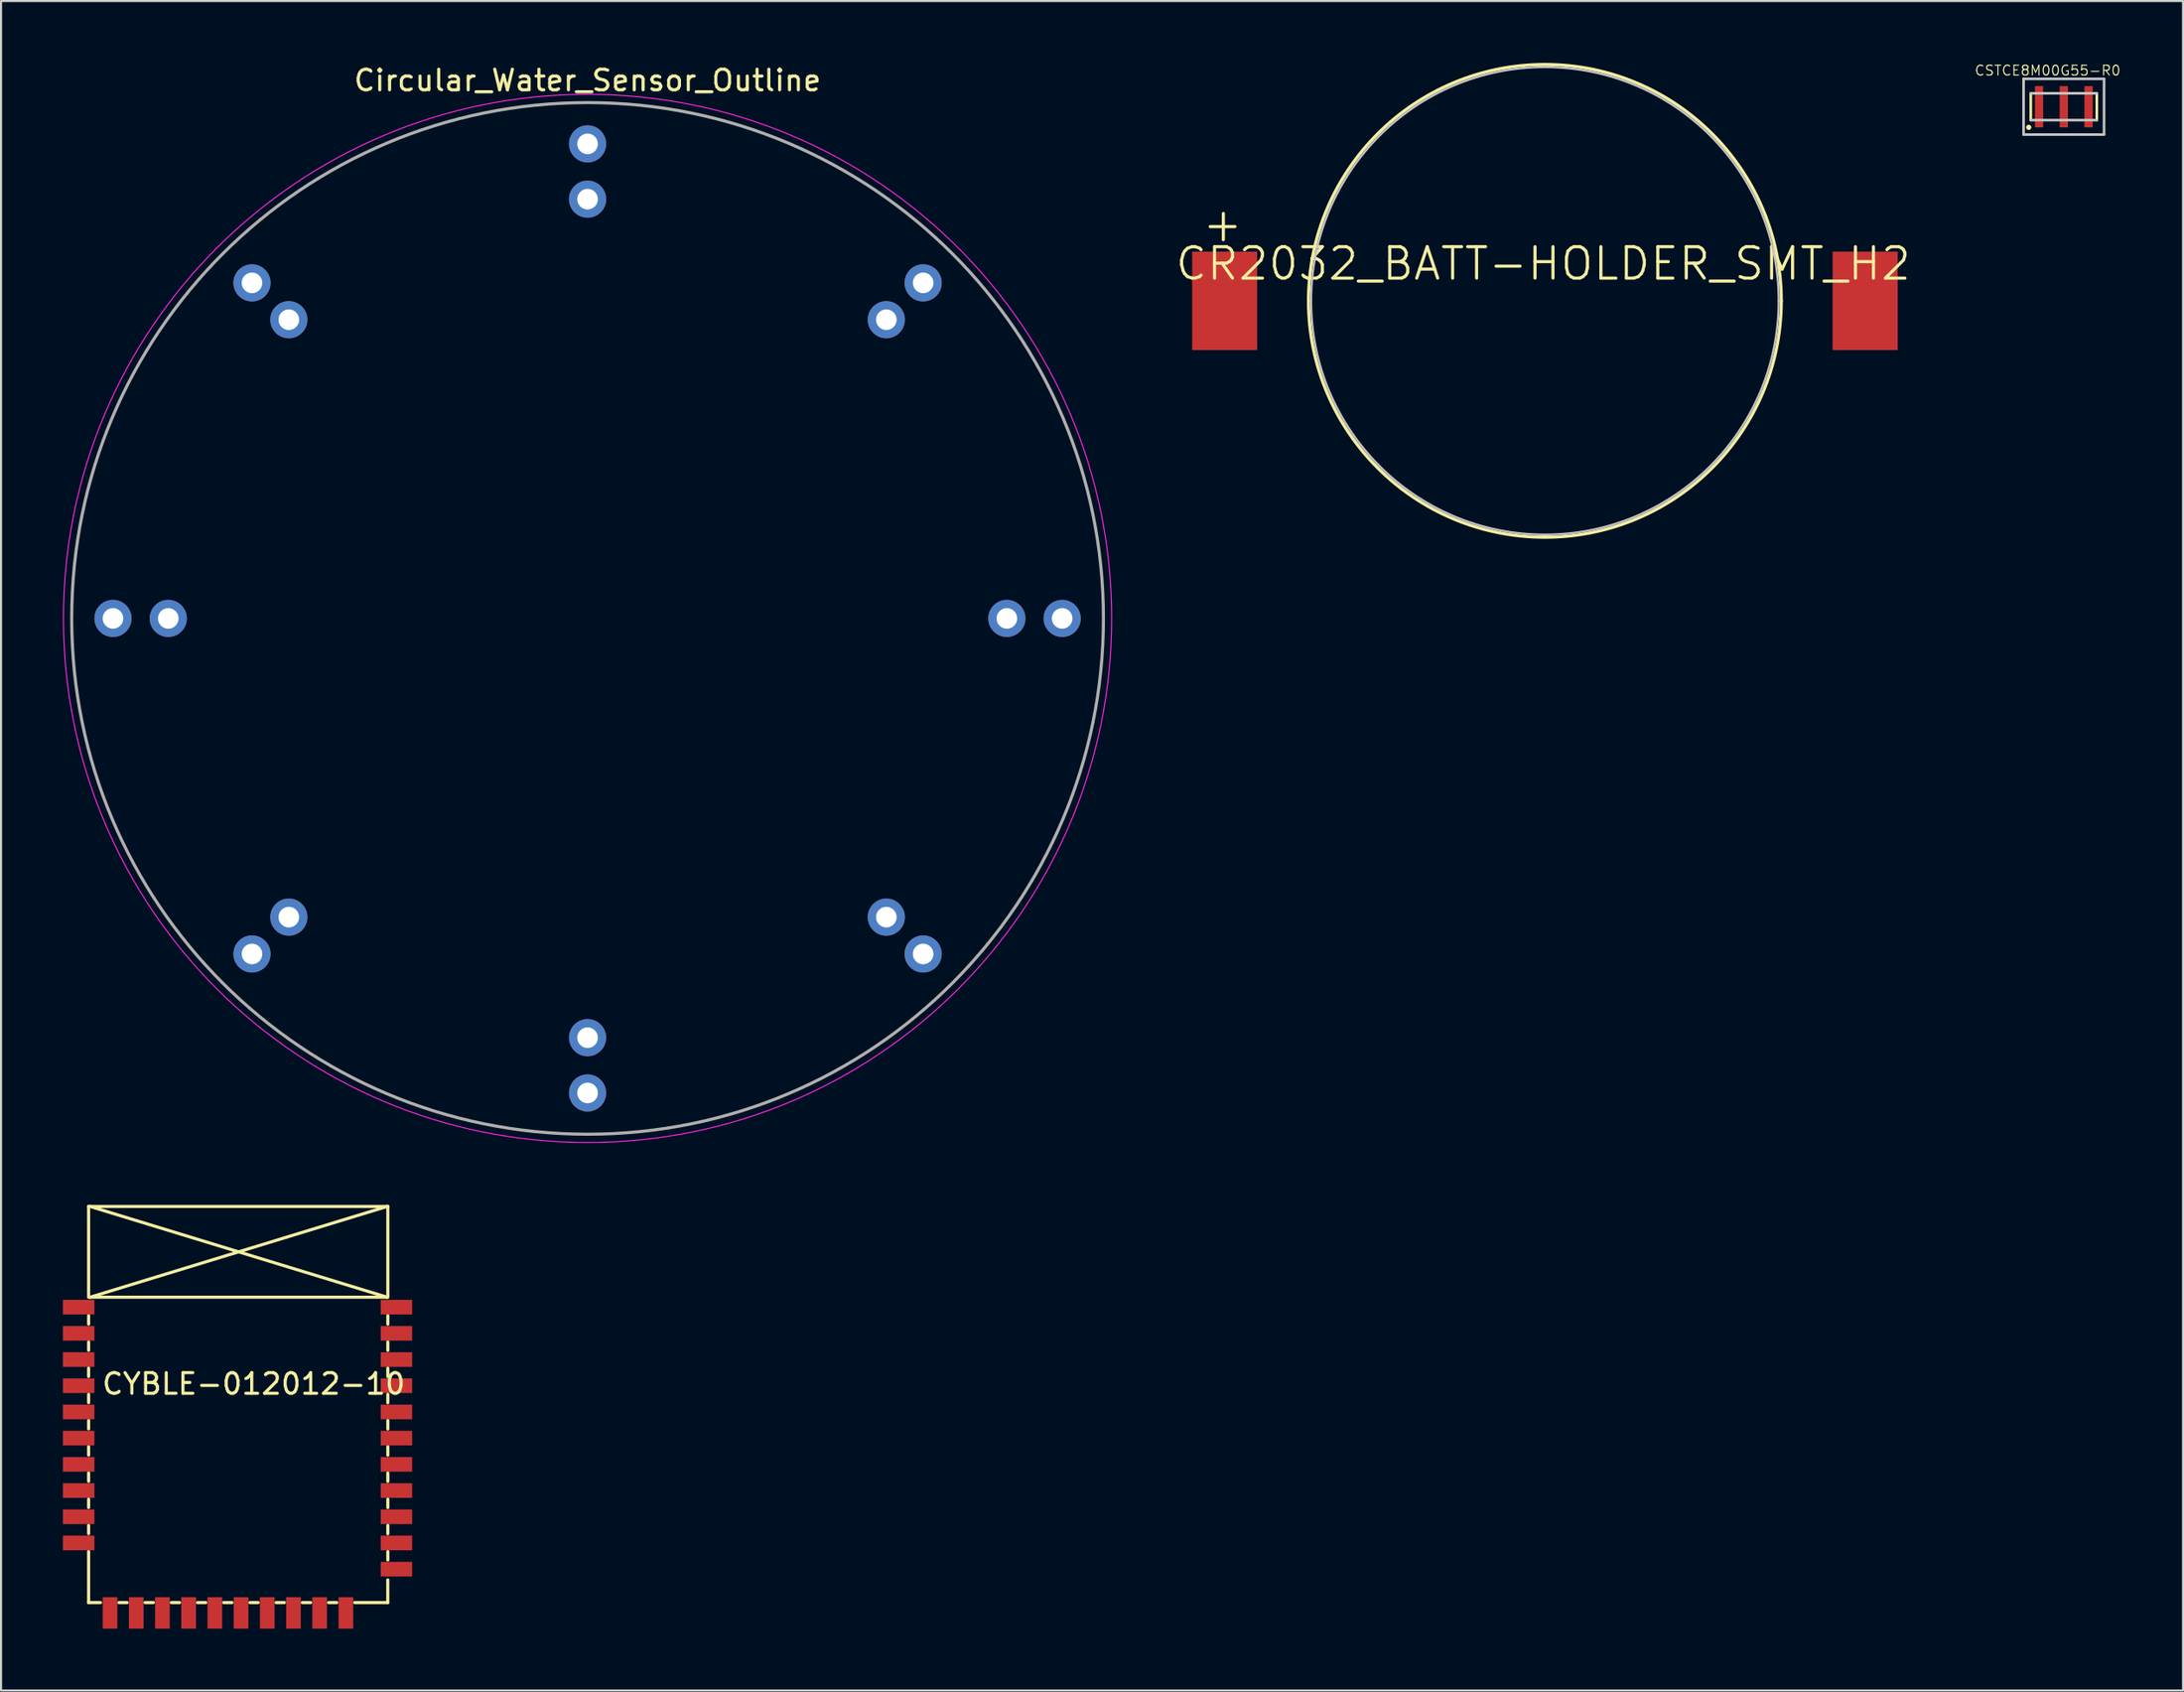
<source format=kicad_pcb>
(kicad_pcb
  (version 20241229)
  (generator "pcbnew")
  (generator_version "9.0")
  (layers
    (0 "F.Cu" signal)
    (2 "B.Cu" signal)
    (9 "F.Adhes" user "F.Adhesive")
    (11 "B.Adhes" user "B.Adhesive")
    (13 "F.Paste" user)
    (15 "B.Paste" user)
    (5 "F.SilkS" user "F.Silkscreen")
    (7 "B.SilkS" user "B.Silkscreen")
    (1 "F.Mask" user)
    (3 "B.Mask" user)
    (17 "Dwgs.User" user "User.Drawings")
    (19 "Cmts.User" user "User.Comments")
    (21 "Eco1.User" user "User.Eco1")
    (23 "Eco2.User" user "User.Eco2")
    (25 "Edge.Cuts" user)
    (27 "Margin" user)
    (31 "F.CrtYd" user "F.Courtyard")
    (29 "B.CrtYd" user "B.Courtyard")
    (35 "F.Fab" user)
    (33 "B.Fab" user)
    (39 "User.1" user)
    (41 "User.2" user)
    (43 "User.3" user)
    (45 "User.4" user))
  (footprint "Circular_Water_Sensor_Outline"
    (layer "F.Cu")
    (at 25.425 26.923)
    (property "Reference" "Circular_Water_Sensor_Outline" (at 0 -26.075 0) (layer "F.SilkS") (effects (font (size 1 1) (thickness 0.15))))
    (attr through_hole)
    (fp_circle (center 0 0) (end 0 25.4) (stroke (width 0.05) (type solid)) (fill no) (layer "F.CrtYd"))
    (fp_circle (center 0 0) (end 0 25) (stroke (width 0.15) (type solid)) (fill no) (layer "F.Fab"))
    (pad "1" thru_hole oval (at -23 0) (size 1.8 1.8) (drill 1) (layers "*.Cu" "*.Mask"))
    (pad "1" thru_hole oval (at -16.263 -16.263) (size 1.8 1.8) (drill 1) (layers "*.Cu" "*.Mask"))
    (pad "1" thru_hole oval (at -16.263 16.263) (size 1.8 1.8) (drill 1) (layers "*.Cu" "*.Mask"))
    (pad "1" thru_hole oval (at 0 -23) (size 1.8 1.8) (drill 1) (layers "*.Cu" "*.Mask"))
    (pad "1" thru_hole oval (at 0 23) (size 1.8 1.8) (drill 1) (layers "*.Cu" "*.Mask"))
    (pad "1" thru_hole oval (at 16.263 -16.263) (size 1.8 1.8) (drill 1) (layers "*.Cu" "*.Mask"))
    (pad "1" thru_hole oval (at 16.263 16.263) (size 1.8 1.8) (drill 1) (layers "*.Cu" "*.Mask"))
    (pad "1" thru_hole oval (at 23 0) (size 1.8 1.8) (drill 1) (layers "*.Cu" "*.Mask"))
    (pad "2" thru_hole oval (at -20.32 0) (size 1.8 1.8) (drill 1) (layers "*.Cu" "*.Mask"))
    (pad "2" thru_hole oval (at -14.478 -14.478) (size 1.8 1.8) (drill 1) (layers "*.Cu" "*.Mask"))
    (pad "2" thru_hole oval (at -14.478 14.478) (size 1.8 1.8) (drill 1) (layers "*.Cu" "*.Mask"))
    (pad "2" thru_hole oval (at 0 -20.32) (size 1.8 1.8) (drill 1) (layers "*.Cu" "*.Mask"))
    (pad "2" thru_hole oval (at 0 20.32) (size 1.8 1.8) (drill 1) (layers "*.Cu" "*.Mask"))
    (pad "2" thru_hole oval (at 14.478 -14.478) (size 1.8 1.8) (drill 1) (layers "*.Cu" "*.Mask"))
    (pad "2" thru_hole oval (at 14.478 14.478) (size 1.8 1.8) (drill 1) (layers "*.Cu" "*.Mask"))
    (pad "2" thru_hole oval (at 20.32 0) (size 1.8 1.8) (drill 1) (layers "*.Cu" "*.Mask")))
  (footprint "CYBLE-012012-10"
    (layer "F.Cu")
    (at 8.912 65.023)
    (property "Reference" "CYBLE-012012-10" (at 0.333 -1 0) (layer "F.SilkS") (effects (font (size 1 1) (thickness 0.15))))
    (attr through_hole)
    (fp_line (start -7.667 -5.2) (end -7.667 -9.6) (stroke (width 0.15) (type solid)) (layer "F.SilkS"))
    (fp_line (start -7.667 -3.899) (end -7.667 -4.3) (stroke (width 0.15) (type solid)) (layer "F.SilkS"))
    (fp_line (start -7.667 -2.629) (end -7.667 -3.03) (stroke (width 0.15) (type solid)) (layer "F.SilkS"))
    (fp_line (start -7.667 -1.359) (end -7.667 -1.76) (stroke (width 0.15) (type solid)) (layer "F.SilkS"))
    (fp_line (start -7.667 -0.089) (end -7.667 -0.49) (stroke (width 0.15) (type solid)) (layer "F.SilkS"))
    (fp_line (start -7.667 1.181) (end -7.667 0.78) (stroke (width 0.15) (type solid)) (layer "F.SilkS"))
    (fp_line (start -7.667 2.451) (end -7.667 2.05) (stroke (width 0.15) (type solid)) (layer "F.SilkS"))
    (fp_line (start -7.667 3.721) (end -7.667 3.32) (stroke (width 0.15) (type solid)) (layer "F.SilkS"))
    (fp_line (start -7.667 4.991) (end -7.667 4.59) (stroke (width 0.15) (type solid)) (layer "F.SilkS"))
    (fp_line (start -7.667 6.261) (end -7.667 5.86) (stroke (width 0.15) (type solid)) (layer "F.SilkS"))
    (fp_line (start -7.667 9.601) (end -7.667 7.13) (stroke (width 0.15) (type solid)) (layer "F.SilkS"))
    (fp_line (start -7.6 -5.2) (end 6.8 -9.6) (stroke (width 0.15) (type solid)) (layer "F.SilkS"))
    (fp_line (start -7.091 9.6) (end -7.667 9.6) (stroke (width 0.15) (type solid)) (layer "F.SilkS"))
    (fp_line (start -5.8 9.6) (end -6.2 9.6) (stroke (width 0.15) (type solid)) (layer "F.SilkS"))
    (fp_line (start -4.53 9.6) (end -4.93 9.6) (stroke (width 0.15) (type solid)) (layer "F.SilkS"))
    (fp_line (start -3.26 9.6) (end -3.66 9.6) (stroke (width 0.15) (type solid)) (layer "F.SilkS"))
    (fp_line (start -1.99 9.6) (end -2.39 9.6) (stroke (width 0.15) (type solid)) (layer "F.SilkS"))
    (fp_line (start -0.72 9.6) (end -1.12 9.6) (stroke (width 0.15) (type solid)) (layer "F.SilkS"))
    (fp_line (start 0.55 9.6) (end 0.15 9.6) (stroke (width 0.15) (type solid)) (layer "F.SilkS"))
    (fp_line (start 1.82 9.6) (end 1.42 9.6) (stroke (width 0.15) (type solid)) (layer "F.SilkS"))
    (fp_line (start 3.09 9.6) (end 2.69 9.6) (stroke (width 0.15) (type solid)) (layer "F.SilkS"))
    (fp_line (start 4.36 9.6) (end 3.96 9.6) (stroke (width 0.15) (type solid)) (layer "F.SilkS"))
    (fp_line (start 6.8 -5.2) (end -7.6 -9.6) (stroke (width 0.15) (type solid)) (layer "F.SilkS"))
    (fp_line (start 6.8 -5.2) (end -7.6 -5.2) (stroke (width 0.15) (type solid)) (layer "F.SilkS"))
    (fp_line (start 6.83 9.6) (end 5.23 9.6) (stroke (width 0.15) (type solid)) (layer "F.SilkS"))
    (fp_line (start 6.83 9.6) (end 6.83 8.5) (stroke (width 0.15) (type solid)) (layer "F.SilkS"))
    (fp_line (start 6.833 -9.6) (end -7.667 -9.6) (stroke (width 0.15) (type solid)) (layer "F.SilkS"))
    (fp_line (start 6.833 -5.199) (end 6.833 -9.6) (stroke (width 0.15) (type solid)) (layer "F.SilkS"))
    (fp_line (start 6.833 -3.894) (end 6.833 -4.301) (stroke (width 0.15) (type solid)) (layer "F.SilkS"))
    (fp_line (start 6.833 -2.624) (end 6.833 -3.031) (stroke (width 0.15) (type solid)) (layer "F.SilkS"))
    (fp_line (start 6.833 -1.354) (end 6.833 -1.761) (stroke (width 0.15) (type solid)) (layer "F.SilkS"))
    (fp_line (start 6.833 -0.084) (end 6.833 -0.491) (stroke (width 0.15) (type solid)) (layer "F.SilkS"))
    (fp_line (start 6.833 1.186) (end 6.833 0.779) (stroke (width 0.15) (type solid)) (layer "F.SilkS"))
    (fp_line (start 6.833 2.456) (end 6.833 2.049) (stroke (width 0.15) (type solid)) (layer "F.SilkS"))
    (fp_line (start 6.833 3.726) (end 6.833 3.319) (stroke (width 0.15) (type solid)) (layer "F.SilkS"))
    (fp_line (start 6.833 4.996) (end 6.833 4.589) (stroke (width 0.15) (type solid)) (layer "F.SilkS"))
    (fp_line (start 6.833 6.266) (end 6.833 5.859) (stroke (width 0.15) (type solid)) (layer "F.SilkS"))
    (fp_line (start 6.833 7.536) (end 6.833 7.129) (stroke (width 0.15) (type solid)) (layer "F.SilkS"))
    (pad "1" smd rect (at 7.25 -4.72) (size 1.524 0.71) (layers "F.Cu" "F.Mask" "F.Paste"))
    (pad "2" smd rect (at 7.25 -3.45) (size 1.524 0.71) (layers "F.Cu" "F.Mask" "F.Paste"))
    (pad "3" smd rect (at 7.25 -2.18) (size 1.524 0.71) (layers "F.Cu" "F.Mask" "F.Paste"))
    (pad "4" smd rect (at 7.25 -0.91) (size 1.524 0.71) (layers "F.Cu" "F.Mask" "F.Paste"))
    (pad "5" smd rect (at 7.25 0.36) (size 1.524 0.71) (layers "F.Cu" "F.Mask" "F.Paste"))
    (pad "6" smd rect (at 7.25 1.63) (size 1.524 0.71) (layers "F.Cu" "F.Mask" "F.Paste"))
    (pad "7" smd rect (at 7.25 2.9) (size 1.524 0.71) (layers "F.Cu" "F.Mask" "F.Paste"))
    (pad "8" smd rect (at 7.25 4.17) (size 1.524 0.71) (layers "F.Cu" "F.Mask" "F.Paste"))
    (pad "9" smd rect (at 7.25 5.44) (size 1.524 0.71) (layers "F.Cu" "F.Mask" "F.Paste"))
    (pad "10" smd rect (at 7.25 6.71) (size 1.524 0.71) (layers "F.Cu" "F.Mask" "F.Paste"))
    (pad "11" smd rect (at 7.25 7.98) (size 1.524 0.71) (layers "F.Cu" "F.Mask" "F.Paste"))
    (pad "12" smd rect (at 4.8 10.1 270) (size 1.524 0.71) (layers "F.Cu" "F.Mask" "F.Paste"))
    (pad "13" smd rect (at 3.53 10.1 270) (size 1.524 0.71) (layers "F.Cu" "F.Mask" "F.Paste"))
    (pad "14" smd rect (at 2.26 10.1 270) (size 1.524 0.71) (layers "F.Cu" "F.Mask" "F.Paste"))
    (pad "15" smd rect (at 0.99 10.1 270) (size 1.524 0.71) (layers "F.Cu" "F.Mask" "F.Paste"))
    (pad "16" smd rect (at -0.28 10.1 270) (size 1.524 0.71) (layers "F.Cu" "F.Mask" "F.Paste"))
    (pad "17" smd rect (at -1.55 10.1 270) (size 1.524 0.71) (layers "F.Cu" "F.Mask" "F.Paste"))
    (pad "18" smd rect (at -2.82 10.1 270) (size 1.524 0.71) (layers "F.Cu" "F.Mask" "F.Paste"))
    (pad "19" smd rect (at -4.09 10.1 270) (size 1.524 0.71) (layers "F.Cu" "F.Mask" "F.Paste"))
    (pad "20" smd rect (at -5.36 10.1 270) (size 1.524 0.71) (layers "F.Cu" "F.Mask" "F.Paste"))
    (pad "21" smd rect (at -6.63 10.1 270) (size 1.524 0.71) (layers "F.Cu" "F.Mask" "F.Paste"))
    (pad "22" smd rect (at -8.15 6.71) (size 1.524 0.71) (layers "F.Cu" "F.Mask" "F.Paste"))
    (pad "23" smd rect (at -8.15 5.44) (size 1.524 0.71) (layers "F.Cu" "F.Mask" "F.Paste"))
    (pad "24" smd rect (at -8.15 4.17) (size 1.524 0.71) (layers "F.Cu" "F.Mask" "F.Paste"))
    (pad "25" smd rect (at -8.15 2.9) (size 1.524 0.71) (layers "F.Cu" "F.Mask" "F.Paste"))
    (pad "26" smd rect (at -8.15 1.63) (size 1.524 0.71) (layers "F.Cu" "F.Mask" "F.Paste"))
    (pad "27" smd rect (at -8.15 0.36) (size 1.524 0.71) (layers "F.Cu" "F.Mask" "F.Paste"))
    (pad "28" smd rect (at -8.15 -0.91) (size 1.524 0.71) (layers "F.Cu" "F.Mask" "F.Paste"))
    (pad "29" smd rect (at -8.15 -2.18) (size 1.524 0.71) (layers "F.Cu" "F.Mask" "F.Paste"))
    (pad "30" smd rect (at -8.15 -3.45) (size 1.524 0.71) (layers "F.Cu" "F.Mask" "F.Paste"))
    (pad "31" smd rect (at -8.15 -4.72) (size 1.524 0.71) (layers "F.Cu" "F.Mask" "F.Paste")))
  (footprint "CR2032_BATT-HOLDER_SMT_H2"
    (layer "F.Cu")
    (at 87.339 11.532)
    (property "Reference" "CR2032_BATT-HOLDER_SMT_H2" (at -15.6 -1.8 0) (layer "F.SilkS") (effects (font (size 1.524 1.524) (thickness 0.15))))
    (attr smd)
    (fp_line (start -31.738 -3.6) (end -30.544 -3.6) (stroke (width 0.152) (type solid)) (layer "F.SilkS"))
    (fp_line (start -31.103 -4.235) (end -31.103 -2.965) (stroke (width 0.152) (type solid)) (layer "F.SilkS"))
    (fp_arc (start -26.9748 0) (mid -15.5194 -11.4554) (end -4.064 0) (stroke (width 0.1524) (type solid)) (layer "F.SilkS"))
    (fp_arc (start -4.064 0) (mid -15.5194 11.4554) (end -26.9748 0) (stroke (width 0.1524) (type solid)) (layer "F.SilkS"))
    (fp_arc (start -26.8478 0) (mid -15.5194 -11.3284) (end -4.191 0) (stroke (width 0.1) (type solid)) (layer "Dwgs.User"))
    (fp_arc (start -4.191 0) (mid -15.5194 11.3284) (end -26.8478 0) (stroke (width 0.1) (type solid)) (layer "Dwgs.User"))
    (pad "1" smd rect (at -31.039 0) (size 3.15 4.775) (layers "F.Cu" "F.Mask" "F.Paste"))
    (pad "2" smd rect (at 0 0 180) (size 3.15 4.775) (layers "F.Cu" "F.Mask" "F.Paste")))
  (footprint "CSTCE8M00G55-R0"
    (layer "F.Cu")
    (at 96.967 2.123)
    (property "Reference" "CSTCE8M00G55-R0" (at -0.781 -1.755 0) (layer "F.SilkS") (effects (font (size 0.48 0.48) (thickness 0.05))))
    (attr smd)
    (fp_line (start -1.6 0.65) (end -1.6 -0.65) (stroke (width 0.127) (type solid)) (layer "F.SilkS"))
    (fp_line (start 1.6 -0.65) (end 1.6 0.65) (stroke (width 0.127) (type solid)) (layer "F.SilkS"))
    (fp_circle (center -1.7 1) (end -1.573 1) (stroke (width 0) (type solid)) (fill yes) (layer "F.SilkS"))
    (fp_line (start -1.95 -1.35) (end 1.95 -1.35) (stroke (width 0.127) (type solid)) (layer "Dwgs.User"))
    (fp_line (start -1.95 1.35) (end -1.95 -1.35) (stroke (width 0.127) (type solid)) (layer "Dwgs.User"))
    (fp_line (start -1.6 -0.65) (end 1.6 -0.65) (stroke (width 0.127) (type solid)) (layer "Dwgs.User"))
    (fp_line (start 1.6 0.65) (end -1.6 0.65) (stroke (width 0.127) (type solid)) (layer "Dwgs.User"))
    (fp_line (start 1.95 -1.35) (end 1.95 1.35) (stroke (width 0.127) (type solid)) (layer "Dwgs.User"))
    (fp_line (start 1.95 1.35) (end -1.95 1.35) (stroke (width 0.127) (type solid)) (layer "Dwgs.User"))
    (pad "1" smd rect (at -1.2 0) (size 0.4 2) (layers "F.Cu" "F.Mask" "F.Paste"))
    (pad "2" smd rect (at 0 0) (size 0.4 2) (layers "F.Cu" "F.Mask" "F.Paste"))
    (pad "3" smd rect (at 1.2 0) (size 0.4 2) (layers "F.Cu" "F.Mask" "F.Paste")))
  (gr_rect
    (start -3 -3)
    (end 102.745 78.885)
    (stroke (width 0.1) (type default))
    (fill no)
    (layer "Edge.Cuts")))
</source>
